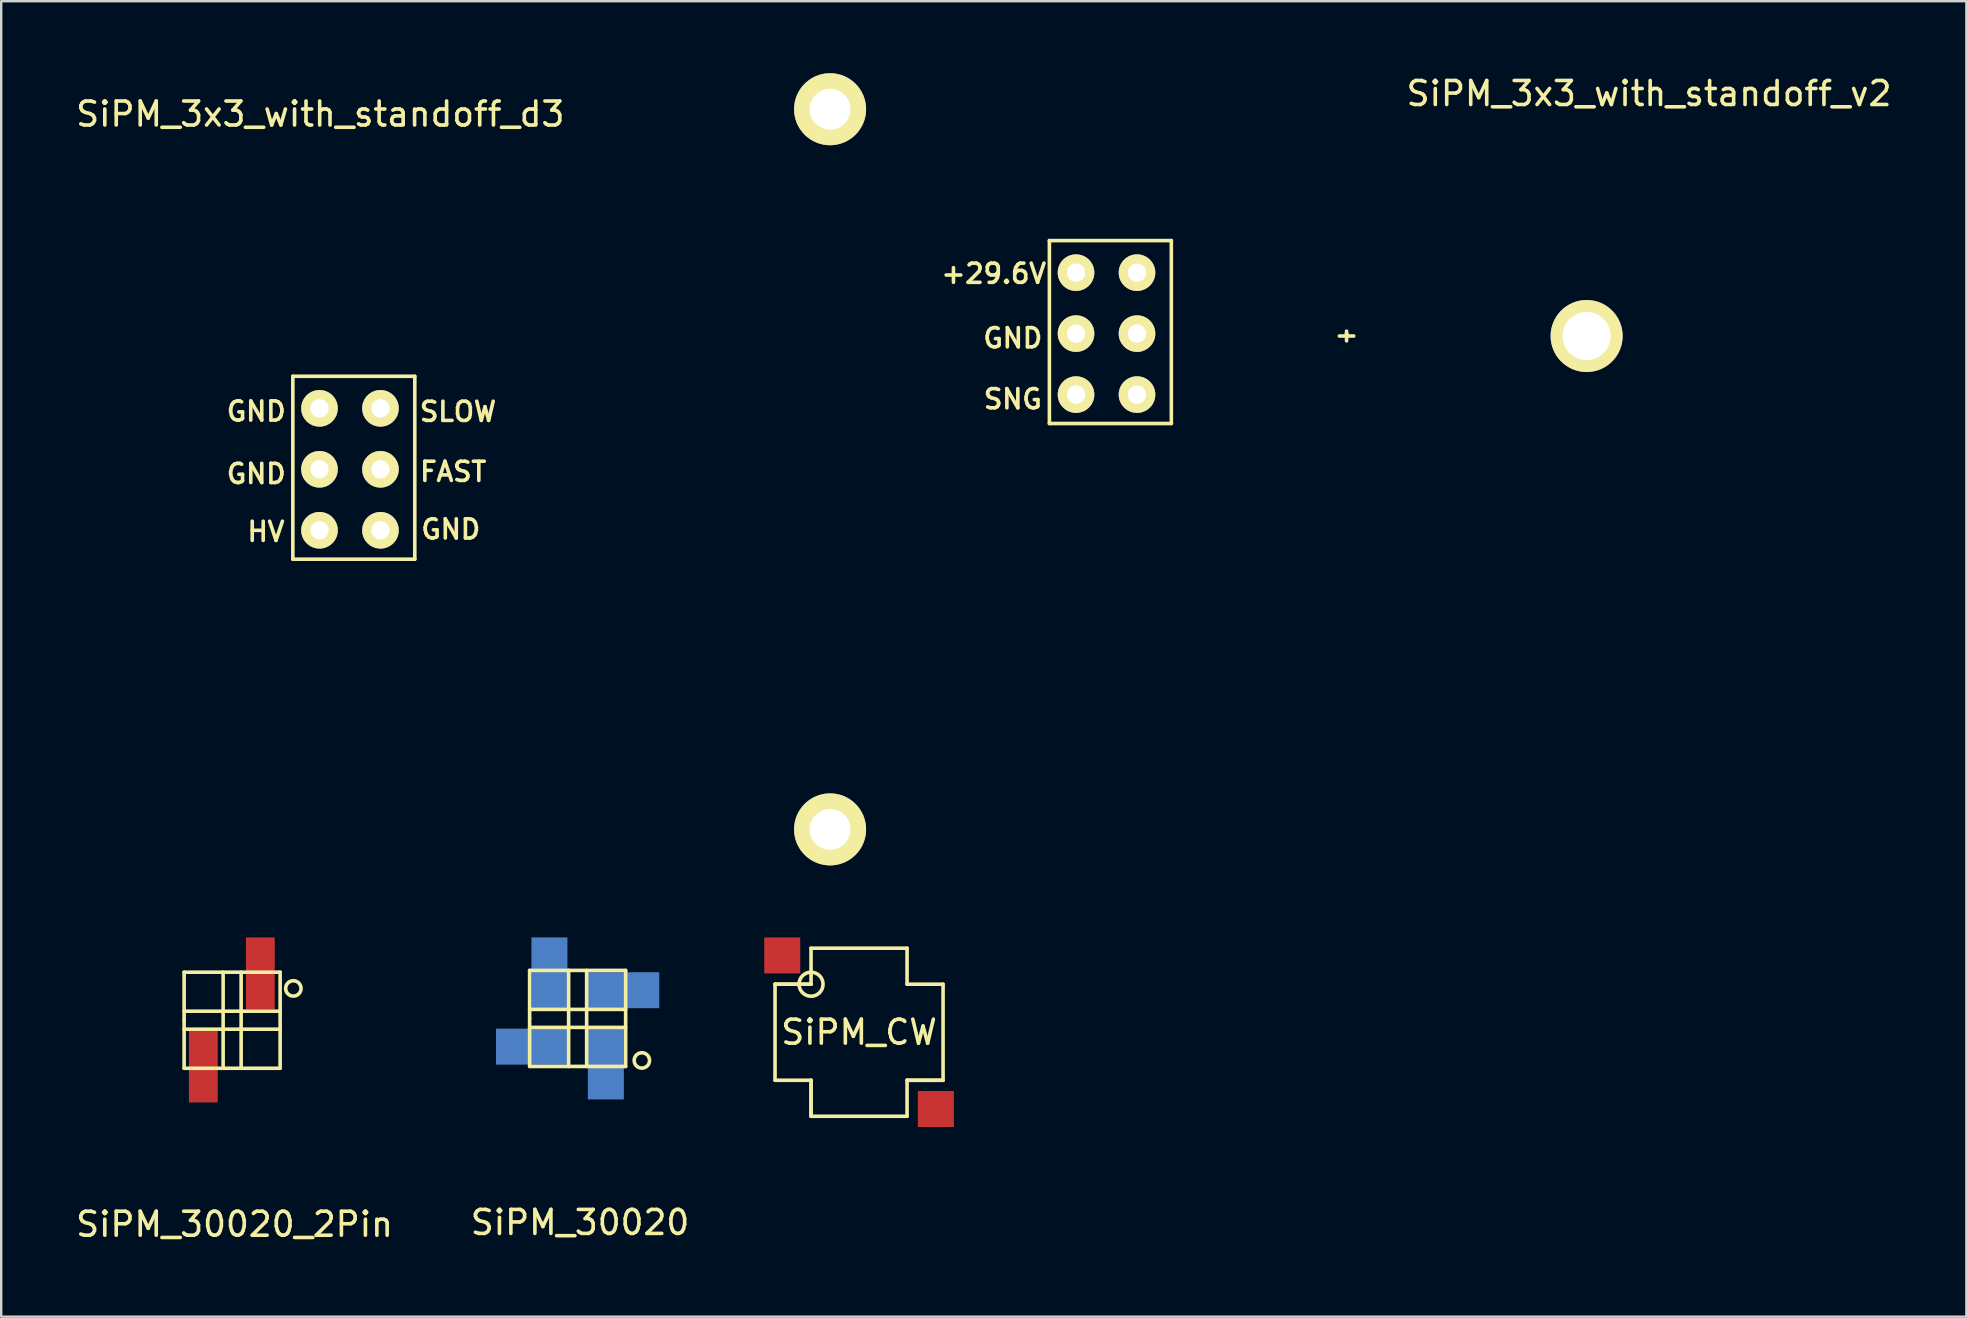
<source format=kicad_pcb>
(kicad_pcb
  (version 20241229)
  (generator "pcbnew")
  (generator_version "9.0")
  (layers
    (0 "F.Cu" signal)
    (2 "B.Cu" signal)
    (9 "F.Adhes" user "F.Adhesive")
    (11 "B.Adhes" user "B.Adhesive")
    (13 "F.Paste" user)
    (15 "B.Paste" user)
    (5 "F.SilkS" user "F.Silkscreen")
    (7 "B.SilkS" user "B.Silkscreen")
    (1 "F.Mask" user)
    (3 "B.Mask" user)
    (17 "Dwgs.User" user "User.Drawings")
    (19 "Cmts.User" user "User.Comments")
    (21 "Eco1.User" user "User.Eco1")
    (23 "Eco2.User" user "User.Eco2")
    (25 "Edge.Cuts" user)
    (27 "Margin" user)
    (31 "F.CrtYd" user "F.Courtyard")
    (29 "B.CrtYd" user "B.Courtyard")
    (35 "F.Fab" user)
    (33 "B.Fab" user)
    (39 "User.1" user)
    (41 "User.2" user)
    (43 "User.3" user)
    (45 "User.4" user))
  (footprint "SiPM_3x3_with_standoff_v2"
    (layer "F.Cu")
    (at 53.045 10.948)
    (property "Reference" "SiPM_3x3_with_standoff_v2" (at 12.6 -10.1 0) (layer "F.SilkS") (effects (font (size 1 1) (thickness 0.15))))
    (attr through_hole)
    (fp_line (start -12.38 -3.976) (end -12.38 3.644) (stroke (width 0.15) (type solid)) (layer "F.SilkS"))
    (fp_line (start -12.38 3.644) (end -7.3 3.644) (stroke (width 0.15) (type solid)) (layer "F.SilkS"))
    (fp_line (start -7.3 -3.976) (end -12.38 -3.976) (stroke (width 0.15) (type solid)) (layer "F.SilkS"))
    (fp_line (start -7.3 3.644) (end -7.3 -3.976) (stroke (width 0.15) (type solid)) (layer "F.SilkS"))
    (fp_line (start -0.3 0) (end 0.3 0) (stroke (width 0.15) (type solid)) (layer "F.SilkS"))
    (fp_line (start 0 -0.1) (end 0 0.2) (stroke (width 0.15) (type solid)) (layer "F.SilkS"))
    (fp_line (start 0 0) (end 0 -0.2) (stroke (width 0.15) (type solid)) (layer "F.SilkS"))
    (fp_line (start 0 0) (end 0 -0.1) (stroke (width 0.15) (type solid)) (layer "F.SilkS"))
    (fp_text user "SNG" (at -13.904 2.628 0) (layer "F.SilkS") (effects (font (size 0.8 0.8) (thickness 0.15))))
    (fp_text user "+29.6V" (at -14.7 -2.6 0) (layer "F.SilkS") (effects (font (size 0.8 0.8) (thickness 0.15))))
    (fp_text user "GND" (at -13.904 0.088 0) (layer "F.SilkS") (effects (font (size 0.8 0.8) (thickness 0.15))))
    (pad "1" thru_hole circle (at -11.27 2.44) (size 1.524 1.524) (drill 0.762) (layers "*.Cu" "*.Mask" "F.SilkS"))
    (pad "2" thru_hole circle (at -11.27 -0.1) (size 1.524 1.524) (drill 0.762) (layers "*.Cu" "*.Mask" "F.SilkS"))
    (pad "2" thru_hole circle (at 10 0) (size 3 3) (drill 2) (layers "*.Cu" "*.Mask" "F.SilkS"))
    (pad "3" thru_hole circle (at -11.27 -2.64) (size 1.524 1.524) (drill 0.762) (layers "*.Cu" "*.Mask" "F.SilkS"))
    (pad "4" thru_hole circle (at -8.73 -2.64) (size 1.524 1.524) (drill 0.762) (layers "*.Cu" "*.Mask" "F.SilkS"))
    (pad "5" thru_hole circle (at -8.73 -0.1) (size 1.524 1.524) (drill 0.762) (layers "*.Cu" "*.Mask" "F.SilkS"))
    (pad "6" thru_hole circle (at -8.73 2.44) (size 1.524 1.524) (drill 0.762) (layers "*.Cu" "*.Mask" "F.SilkS")))
  (footprint "SiPM_30020_2Pin"
    (layer "F.Cu")
    (at 6.62 39.45)
    (property "Reference" "SiPM_30020_2Pin" (at 0.1 8.5 0) (layer "F.SilkS") (effects (font (size 1 1) (thickness 0.15))))
    (attr through_hole)
    (fp_line (start -2 -2) (end 2 -2) (stroke (width 0.15) (type solid)) (layer "F.SilkS"))
    (fp_line (start -2 0) (end -2 -2) (stroke (width 0.15) (type solid)) (layer "F.SilkS"))
    (fp_line (start -2 0.375) (end 2 0.375) (stroke (width 0.15) (type solid)) (layer "F.SilkS"))
    (fp_line (start -2 2) (end -2 0) (stroke (width 0.15) (type solid)) (layer "F.SilkS"))
    (fp_line (start -0.375 2) (end -0.375 -2) (stroke (width 0.15) (type solid)) (layer "F.SilkS"))
    (fp_line (start 0.375 -2) (end 0.375 2) (stroke (width 0.15) (type solid)) (layer "F.SilkS"))
    (fp_line (start 2 -2) (end 2 2) (stroke (width 0.15) (type solid)) (layer "F.SilkS"))
    (fp_line (start 2 -0.375) (end -2 -0.375) (stroke (width 0.15) (type solid)) (layer "F.SilkS"))
    (fp_line (start 2 2) (end -2 2) (stroke (width 0.15) (type solid)) (layer "F.SilkS"))
    (fp_circle (center 2.55 -1.325) (end 2.75 -1.575) (stroke (width 0.15) (type solid)) (fill no) (layer "F.SilkS"))
    (pad "1" smd rect (at 1.175 -1.95 90) (size 3 1.2) (layers "F.Cu" "F.Mask" "F.Paste"))
    (pad "3" smd rect (at -1.2 1.925 270) (size 3 1.2) (layers "F.Cu" "F.Mask" "F.Paste")))
  (footprint "SiPM_30020"
    (layer "F.Cu")
    (at 21.013 39.375)
    (property "Reference" "SiPM_30020" (at 0.1 8.5 0) (layer "F.SilkS") (effects (font (size 1 1) (thickness 0.15))))
    (attr through_hole)
    (fp_line (start -2 -2) (end 2 -2) (stroke (width 0.15) (type solid)) (layer "F.SilkS"))
    (fp_line (start -2 0) (end -2 -2) (stroke (width 0.15) (type solid)) (layer "F.SilkS"))
    (fp_line (start -2 0.375) (end 2 0.375) (stroke (width 0.15) (type solid)) (layer "F.SilkS"))
    (fp_line (start -2 2) (end -2 0) (stroke (width 0.15) (type solid)) (layer "F.SilkS"))
    (fp_line (start -0.375 2) (end -0.375 -2) (stroke (width 0.15) (type solid)) (layer "F.SilkS"))
    (fp_line (start 0.375 -2) (end 0.375 2) (stroke (width 0.15) (type solid)) (layer "F.SilkS"))
    (fp_line (start 2 -2) (end 2 2) (stroke (width 0.15) (type solid)) (layer "F.SilkS"))
    (fp_line (start 2 -0.375) (end -2 -0.375) (stroke (width 0.15) (type solid)) (layer "F.SilkS"))
    (fp_line (start 2 2) (end -2 2) (stroke (width 0.15) (type solid)) (layer "F.SilkS"))
    (fp_circle (center 2.675 1.75) (end 2.875 1.5) (stroke (width 0.15) (type solid)) (fill no) (layer "F.SilkS"))
    (pad "1" smd rect (at 1.175 1.875 90) (size 3 1.5) (layers "B.Cu" "B.Mask" "B.Paste"))
    (pad "2" smd rect (at -1.9 1.175 180) (size 3 1.5) (layers "B.Cu" "B.Mask" "B.Paste"))
    (pad "3" smd rect (at -1.175 -1.875 270) (size 3 1.5) (layers "B.Cu" "B.Mask" "B.Paste"))
    (pad "4" smd rect (at 1.9 -1.175) (size 3 1.5) (layers "B.Cu" "B.Mask" "B.Paste")))
  (footprint "SiPM_CW"
    (layer "F.Cu")
    (at 32.736 39.95)
    (property "Reference" "SiPM_CW" (at 0 0 0) (layer "F.SilkS") (effects (font (size 1 1) (thickness 0.15))))
    (attr through_hole)
    (fp_line (start -3.5 -2) (end -3.5 2) (stroke (width 0.15) (type solid)) (layer "F.SilkS"))
    (fp_line (start -3.5 -2) (end -2 -2) (stroke (width 0.15) (type solid)) (layer "F.SilkS"))
    (fp_line (start -3.5 -2) (end -2 -2) (stroke (width 0.15) (type solid)) (layer "F.SilkS"))
    (fp_line (start -2 -3.5) (end 2 -3.5) (stroke (width 0.15) (type solid)) (layer "F.SilkS"))
    (fp_line (start -2 -2) (end -2 -3.5) (stroke (width 0.15) (type solid)) (layer "F.SilkS"))
    (fp_line (start -2 2) (end -3.5 2) (stroke (width 0.15) (type solid)) (layer "F.SilkS"))
    (fp_line (start -2 2) (end -2 3.5) (stroke (width 0.15) (type solid)) (layer "F.SilkS"))
    (fp_line (start -2 3.5) (end -2 2) (stroke (width 0.15) (type solid)) (layer "F.SilkS"))
    (fp_line (start -2 3.5) (end 2 3.5) (stroke (width 0.15) (type solid)) (layer "F.SilkS"))
    (fp_line (start 2 -3.5) (end 2 -2) (stroke (width 0.15) (type solid)) (layer "F.SilkS"))
    (fp_line (start 2 2) (end 2 3.5) (stroke (width 0.15) (type solid)) (layer "F.SilkS"))
    (fp_line (start 2 2) (end 3.5 2) (stroke (width 0.15) (type solid)) (layer "F.SilkS"))
    (fp_line (start 3.5 -2) (end 2 -2) (stroke (width 0.15) (type solid)) (layer "F.SilkS"))
    (fp_line (start 3.5 -2) (end 3.5 2) (stroke (width 0.15) (type solid)) (layer "F.SilkS"))
    (fp_line (start 3.5 2) (end 2 2) (stroke (width 0.15) (type solid)) (layer "F.SilkS"))
    (fp_circle (center -2 -2) (end -1.5 -2) (stroke (width 0.15) (type solid)) (fill no) (layer "F.SilkS"))
    (pad "1" smd rect (at -3.2 -3.2) (size 1.5 1.5) (layers "F.Cu" "F.Mask" "F.Paste"))
    (pad "3" smd rect (at 3.2 3.2) (size 1.5 1.5) (layers "F.Cu" "F.Mask" "F.Paste")))
  (footprint "SiPM_3x3_with_standoff_d3"
    (layer "F.Cu")
    (at 21.529 16.5)
    (property "Reference" "SiPM_3x3_with_standoff_d3" (at -11.237 -14.798 0) (layer "F.SilkS") (effects (font (size 1 1) (thickness 0.15))))
    (attr through_hole)
    (fp_line (start -12.38 -3.876) (end -12.38 3.744) (stroke (width 0.15) (type solid)) (layer "F.SilkS"))
    (fp_line (start -12.38 3.744) (end -7.3 3.744) (stroke (width 0.15) (type solid)) (layer "F.SilkS"))
    (fp_line (start -7.3 -3.876) (end -12.38 -3.876) (stroke (width 0.15) (type solid)) (layer "F.SilkS"))
    (fp_line (start -7.3 3.744) (end -7.3 -3.876) (stroke (width 0.15) (type solid)) (layer "F.SilkS"))
    (fp_text user "GND" (at -13.904 -2.412 0) (layer "F.SilkS") (effects (font (size 0.8 0.8) (thickness 0.15))))
    (fp_text user "FAST" (at -5.7 0.1 0) (layer "F.SilkS") (effects (font (size 0.8 0.8) (thickness 0.15))))
    (fp_text user "HV" (at -13.5 2.6 0) (layer "F.SilkS") (effects (font (size 0.8 0.8) (thickness 0.15))))
    (fp_text user "GND" (at -13.904 0.188 0) (layer "F.SilkS") (effects (font (size 0.8 0.8) (thickness 0.15))))
    (fp_text user "GND" (at -5.8 2.5 0) (layer "F.SilkS") (effects (font (size 0.8 0.8) (thickness 0.15))))
    (fp_text user "SLOW" (at -5.5 -2.4 0) (layer "F.SilkS") (effects (font (size 0.8 0.8) (thickness 0.15))))
    (pad "1" thru_hole circle (at -11.27 2.54) (size 1.524 1.524) (drill 0.762) (layers "*.Cu" "*.Mask" "F.SilkS"))
    (pad "2" thru_hole circle (at -8.73 2.54) (size 1.524 1.524) (drill 0.762) (layers "*.Cu" "*.Mask" "F.SilkS"))
    (pad "2" thru_hole circle (at 10 -15) (size 3 3) (drill 1.7) (layers "*.Cu" "*.Mask" "F.SilkS"))
    (pad "2" thru_hole circle (at 10 15) (size 3 3) (drill 1.7) (layers "*.Cu" "*.Mask" "F.SilkS"))
    (pad "3" thru_hole circle (at -11.27 0) (size 1.524 1.524) (drill 0.762) (layers "*.Cu" "*.Mask" "F.SilkS"))
    (pad "4" thru_hole circle (at -8.73 0) (size 1.524 1.524) (drill 0.762) (layers "*.Cu" "*.Mask" "F.SilkS"))
    (pad "5" thru_hole circle (at -11.27 -2.54) (size 1.524 1.524) (drill 0.762) (layers "*.Cu" "*.Mask" "F.SilkS"))
    (pad "6" thru_hole circle (at -8.73 -2.54) (size 1.524 1.524) (drill 0.762) (layers "*.Cu" "*.Mask" "F.SilkS")))
  (gr_rect
    (start -3 -3)
    (end 78.865 51.798)
    (stroke (width 0.1) (type default))
    (fill no)
    (layer "Edge.Cuts")))
</source>
